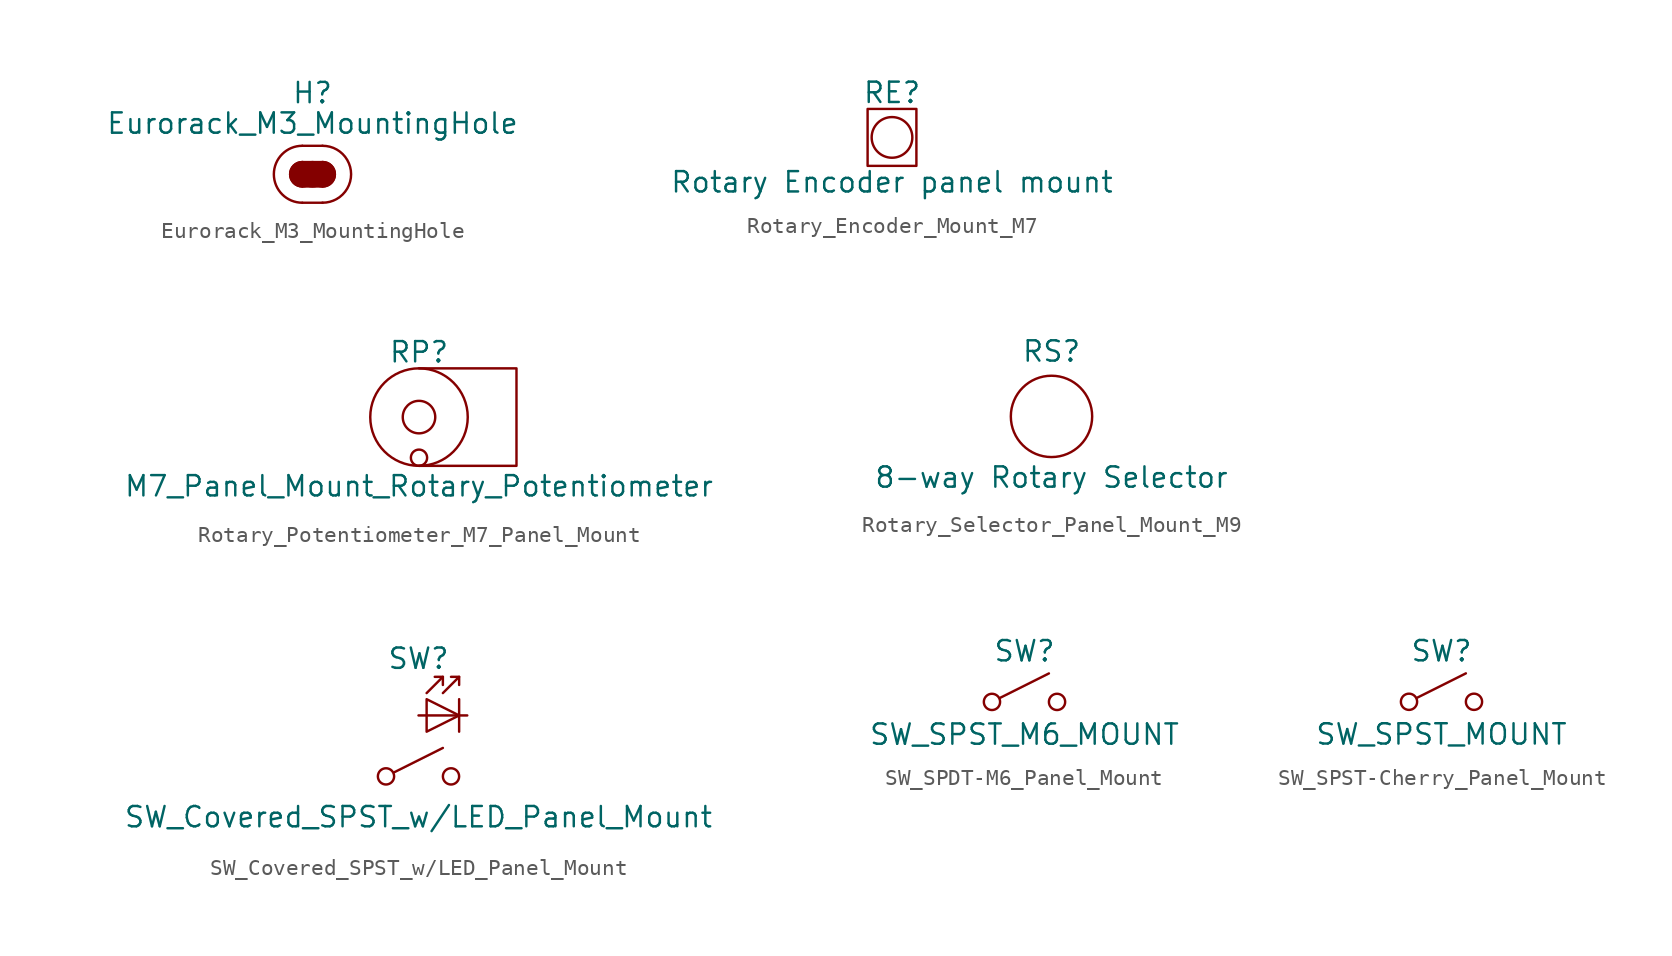
<source format=kicad_sym>
(kicad_symbol_lib
  (version 20231120)
  (generator "kicad_symbol_editor")
  (generator_version "8.0")
  (symbol "Eurorack_M3_MountingHole"
    (pin_names
      (offset 1.016))
    (property "Reference" "H"
      (at 0 5.08 0)
      (effects (font (size 1.27 1.27))))
    (property "Value" "Eurorack_M3_MountingHole"
      (at 0 3.175 0)
      (effects (font (size 1.27 1.27))))
    (symbol "Eurorack_M3_MountingHole_0_1"
      (circle (center -0.635 0) (radius 0.762) (stroke (width 0) (type default)) (fill (type outline)))
      (arc (start -0.635 0.762) (mid -1.397 0) (end -0.635 -0.762) (stroke (width 0) (type default)) (fill (type none)))
      (arc (start -0.635 1.778) (mid -2.413 0) (end -0.635 -1.778) (stroke (width 0) (type default)) (fill (type none)))
      (circle (center 0 0) (radius 0.762) (stroke (width 0) (type default)) (fill (type outline)))
      (polyline (pts (xy -0.635 -1.778) (xy 0.635 -1.778)) (stroke (width 0) (type default)) (fill (type none)))
      (polyline (pts (xy -0.635 -0.762) (xy 0.635 -0.762)) (stroke (width 0) (type default)) (fill (type none)))
      (polyline (pts (xy -0.635 0.762) (xy 0.635 0.762)) (stroke (width 0) (type default)) (fill (type none)))
      (polyline (pts (xy 0.635 1.778) (xy -0.635 1.778)) (stroke (width 0) (type default)) (fill (type none)))
      (arc (start 0.6141 -1.778) (mid 2.4131 0) (end 0.6141 1.778) (stroke (width 0) (type default)) (fill (type none)))
      (arc (start 0.6227 -0.762) (mid 1.3971 0) (end 0.6227 0.762) (stroke (width 0) (type default)) (fill (type none)))
      (circle (center 0.635 0) (radius 0.762) (stroke (width 0) (type default)) (fill (type outline)))))
  (symbol "Rotary_Encoder_Mount_M7"
    (property "Reference" "RE"
      (at 0 2.794 0)
      (effects (font (size 1.27 1.27))))
    (property "Value" "Rotary Encoder panel mount"
      (at 0 -2.794 0)
      (effects (font (size 1.27 1.27))))
    (symbol "Rotary_Encoder_Mount_M7_0_1"
      (rectangle (start -1.524 1.778) (end 1.524 -1.778) (stroke (width 0) (type default)) (fill (type none)))
      (circle (center 0 0) (radius 1.27) (stroke (width 0) (type default)) (fill (type none)))))
  (symbol "Rotary_Potentiometer_M7_Panel_Mount"
    (property "Reference" "RP"
      (at 0 4.064 0)
      (effects (font (size 1.27 1.27))))
    (property "Value" "M7_Panel_Mount_Rotary_Potentiometer"
      (at 0 -4.318 0)
      (effects (font (size 1.27 1.27))))
    (symbol "Rotary_Potentiometer_M7_Panel_Mount_0_1"
      (circle (center 0 -2.54) (radius 0.508) (stroke (width 0) (type default)) (fill (type none)))
      (polyline (pts (xy 0 3.048) (xy 6.096 3.048) (xy 6.096 -3.048) (xy 0 -3.048)) (stroke (width 0) (type default)) (fill (type none)))
      (circle (center 0 0) (radius 1.016) (stroke (width 0) (type default)) (fill (type none)))
      (circle (center 0 0) (radius 3.048) (stroke (width 0) (type default)) (fill (type none)))))
  (symbol "Rotary_Selector_Panel_Mount_M9"
    (property "Reference" "RS"
      (at 0 4.064 0)
      (effects (font (size 1.27 1.27))))
    (property "Value" "8-way Rotary Selector"
      (at 0 -3.81 0)
      (effects (font (size 1.27 1.27))))
    (symbol "Rotary_Selector_Panel_Mount_M9_0_1"
      (circle (center 0 0) (radius 2.54) (stroke (width 0) (type default)) (fill (type none)))))
  (symbol "SW_Covered_SPST_w/LED_Panel_Mount"
    (pin_names
      (offset 0) hide)
    (property "Reference" "SW"
      (at 0 7.366 0)
      (effects (font (size 1.27 1.27))))
    (property "Value" "SW_Covered_SPST_w/LED_Panel_Mount"
      (at 0 -2.54 0)
      (effects (font (size 1.27 1.27))))
    (symbol "SW_Covered_SPST_w/LED_Panel_Mount_0_0"
      (circle (center -2.032 0) (radius 0.508) (stroke (width 0) (type default)) (fill (type none)))
      (polyline (pts (xy -1.524 0.254) (xy 1.524 1.778)) (stroke (width 0) (type default)) (fill (type none)))
      (circle (center 2.032 0) (radius 0.508) (stroke (width 0) (type default)) (fill (type none))))
    (symbol "SW_Covered_SPST_w/LED_Panel_Mount_0_1"
      (polyline (pts (xy 1.524 6.223) (xy 1.524 5.715)) (stroke (width 0) (type default)) (fill (type none)))
      (polyline (pts (xy 2.54 2.794) (xy 2.54 4.826)) (stroke (width 0) (type default)) (fill (type none)))
      (polyline (pts (xy 2.54 6.223) (xy 2.54 5.715)) (stroke (width 0) (type default)) (fill (type none)))
      (polyline (pts (xy 0 3.81) (xy 2.54 3.81) (xy 3.048 3.81)) (stroke (width 0) (type default)) (fill (type none)))
      (polyline (pts (xy 0.508 5.207) (xy 1.524 6.223) (xy 1.016 6.223)) (stroke (width 0) (type default)) (fill (type none)))
      (polyline (pts (xy 1.524 5.207) (xy 2.54 6.223) (xy 2.032 6.223)) (stroke (width 0) (type default)) (fill (type none)))
      (polyline (pts (xy 0.508 2.794) (xy 0.508 4.826) (xy 2.54 3.81) (xy 0.508 2.794)) (stroke (width 0) (type default)) (fill (type none)))))
  (symbol "SW_SPDT-M6_Panel_Mount"
    (pin_names
      (offset 0) hide)
    (property "Reference" "SW"
      (at 0 3.175 0)
      (effects (font (size 1.27 1.27))))
    (property "Value" "SW_SPST_M6_MOUNT"
      (at 0 -2.032 0)
      (effects (font (size 1.27 1.27))))
    (symbol "SW_SPDT-M6_Panel_Mount_0_0"
      (circle (center -2.032 0) (radius 0.508) (stroke (width 0) (type default)) (fill (type none)))
      (polyline (pts (xy -1.524 0.254) (xy 1.524 1.778)) (stroke (width 0) (type default)) (fill (type none)))
      (circle (center 2.032 0) (radius 0.508) (stroke (width 0) (type default)) (fill (type none)))))
  (symbol "SW_SPST-Cherry_Panel_Mount"
    (pin_names
      (offset 0) hide)
    (property "Reference" "SW"
      (at 0 3.175 0)
      (effects (font (size 1.27 1.27))))
    (property "Value" "SW_SPST_MOUNT"
      (at 0 -2.032 0)
      (effects (font (size 1.27 1.27))))
    (symbol "SW_SPST-Cherry_Panel_Mount_0_0"
      (circle (center -2.032 0) (radius 0.508) (stroke (width 0) (type default)) (fill (type none)))
      (polyline (pts (xy -1.524 0.254) (xy 1.524 1.778)) (stroke (width 0) (type default)) (fill (type none)))
      (circle (center 2.032 0) (radius 0.508) (stroke (width 0) (type default)) (fill (type none))))))
</source>
